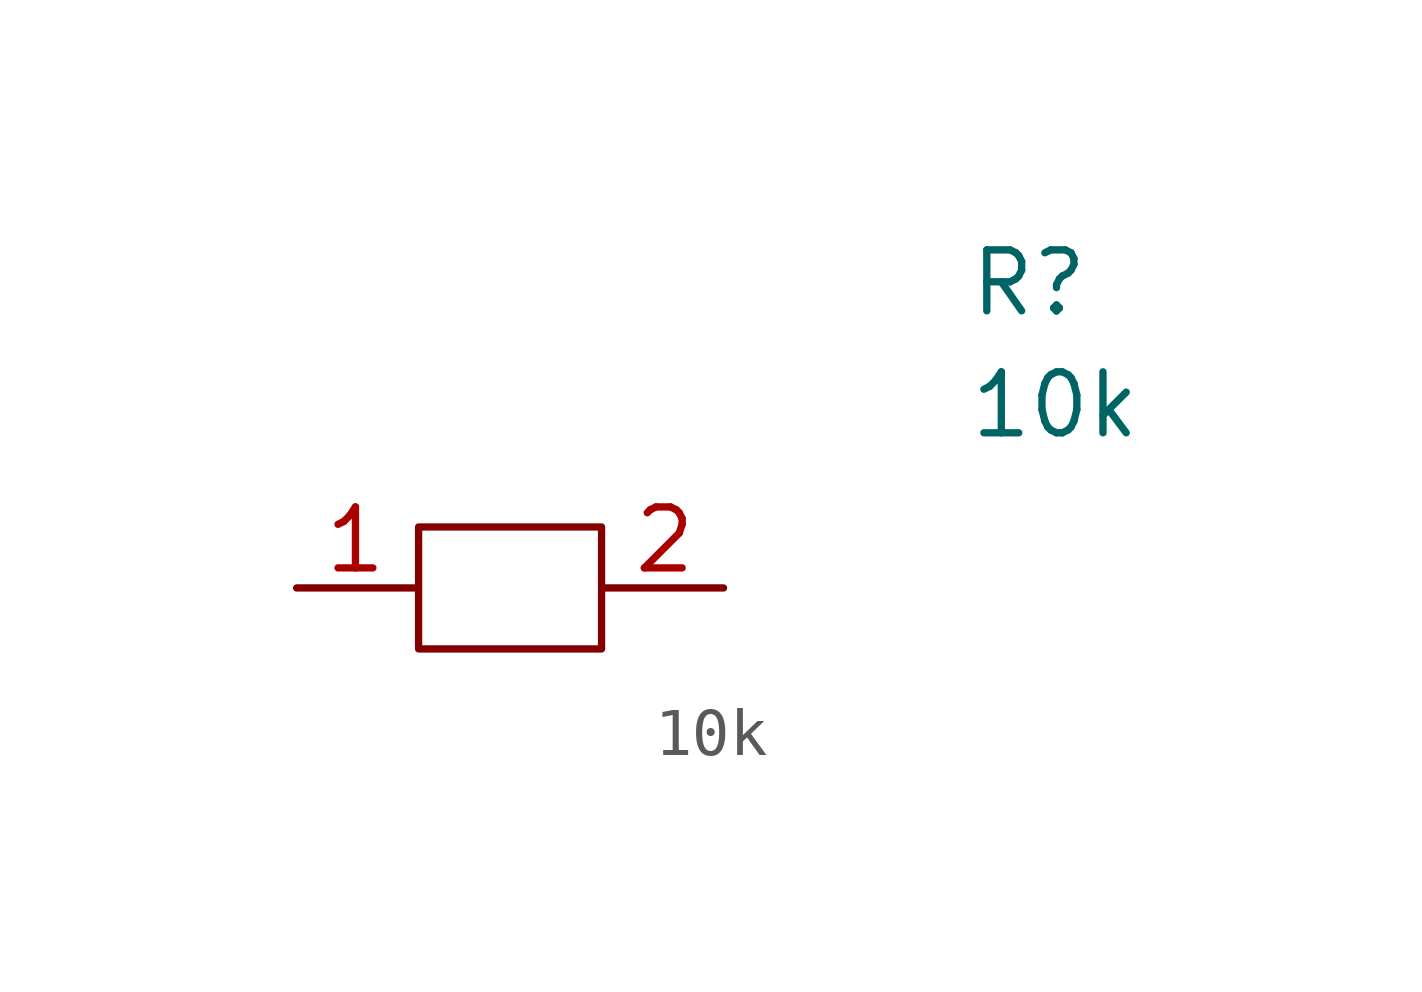
<source format=kicad_sym>
(kicad_symbol_lib
  (version 20211014)
  (generator kicad_symbol_editor)
  (symbol "10k"
    (pin_names
      (offset 0.762))
    (property "Reference" "R"
      (at 13.97 6.35 0)
      (effects (font (size 1.27 1.27)) (justify left)))
    (property "Value" "10k"
      (at 13.97 3.81 0)
      (effects (font (size 1.27 1.27)) (justify left)))
    (symbol "10k_0_0"
      (pin passive line (at 0 0 0) (length 2.45) (name "~" (effects (font (size 1.27 1.27)))) (number "1" (effects (font (size 1.27 1.27)))))
      (pin passive line (at 8.89 0 180) (length 2.45) (name "~" (effects (font (size 1.27 1.27)))) (number "2" (effects (font (size 1.27 1.27))))))
    (symbol "10k_0_1"
      (polyline (pts (xy 2.54 1.27) (xy 6.35 1.27) (xy 6.35 -1.27) (xy 2.54 -1.27) (xy 2.54 1.27)) (stroke (width 0.152) (type default) (color 0 0 0 0)) (fill (type none))))))
</source>
